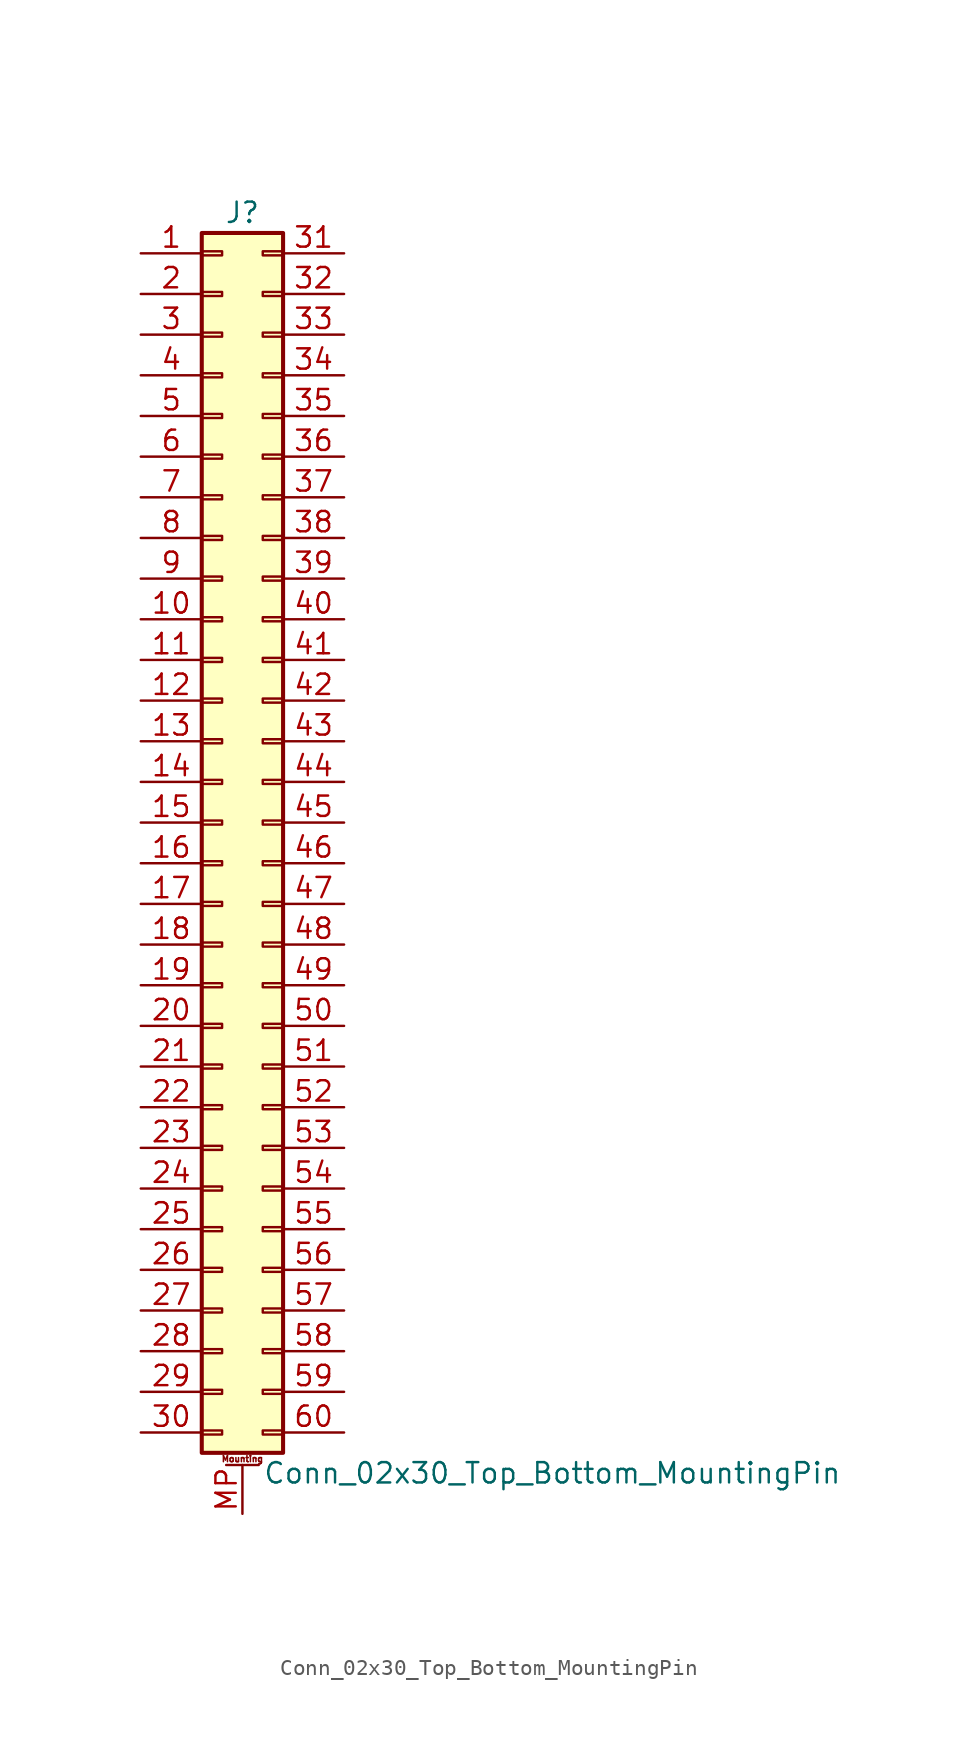
<source format=kicad_sym>
(kicad_symbol_lib
  (version 20201005)
  (generator kicad_symbol_editor)
  (symbol "Conn_02x30_Top_Bottom_MountingPin"
    (pin_names
      (offset 1.016) hide)
    (property "Reference" "J"
      (at 1.27 38.1 0)
      (effects (font (size 1.27 1.27))))
    (property "Value" "Conn_02x30_Top_Bottom_MountingPin"
      (at 2.54 -40.64 0)
      (effects (font (size 1.27 1.27)) (justify left)))
    (symbol "Conn_02x30_Top_Bottom_MountingPin_1_1"
      (text "Mounting" (at 1.27 -39.751 0) (effects (font (size 0.381 0.381))))
      (rectangle (start -1.27 -37.973) (end 0 -38.227) (stroke (width 0.152)) (fill (type none)))
      (rectangle (start -1.27 -35.433) (end 0 -35.687) (stroke (width 0.152)) (fill (type none)))
      (rectangle (start -1.27 -32.893) (end 0 -33.147) (stroke (width 0.152)) (fill (type none)))
      (rectangle (start -1.27 -30.353) (end 0 -30.607) (stroke (width 0.152)) (fill (type none)))
      (rectangle (start -1.27 -27.813) (end 0 -28.067) (stroke (width 0.152)) (fill (type none)))
      (rectangle (start -1.27 -25.273) (end 0 -25.527) (stroke (width 0.152)) (fill (type none)))
      (rectangle (start -1.27 -22.733) (end 0 -22.987) (stroke (width 0.152)) (fill (type none)))
      (rectangle (start -1.27 -20.193) (end 0 -20.447) (stroke (width 0.152)) (fill (type none)))
      (rectangle (start -1.27 -17.653) (end 0 -17.907) (stroke (width 0.152)) (fill (type none)))
      (rectangle (start -1.27 -15.113) (end 0 -15.367) (stroke (width 0.152)) (fill (type none)))
      (rectangle (start -1.27 -12.573) (end 0 -12.827) (stroke (width 0.152)) (fill (type none)))
      (rectangle (start -1.27 -10.033) (end 0 -10.287) (stroke (width 0.152)) (fill (type none)))
      (rectangle (start -1.27 -7.493) (end 0 -7.747) (stroke (width 0.152)) (fill (type none)))
      (rectangle (start -1.27 -4.953) (end 0 -5.207) (stroke (width 0.152)) (fill (type none)))
      (rectangle (start -1.27 -2.413) (end 0 -2.667) (stroke (width 0.152)) (fill (type none)))
      (rectangle (start -1.27 0.127) (end 0 -0.127) (stroke (width 0.152)) (fill (type none)))
      (rectangle (start -1.27 2.667) (end 0 2.413) (stroke (width 0.152)) (fill (type none)))
      (rectangle (start -1.27 5.207) (end 0 4.953) (stroke (width 0.152)) (fill (type none)))
      (rectangle (start -1.27 7.747) (end 0 7.493) (stroke (width 0.152)) (fill (type none)))
      (rectangle (start -1.27 10.287) (end 0 10.033) (stroke (width 0.152)) (fill (type none)))
      (rectangle (start -1.27 12.827) (end 0 12.573) (stroke (width 0.152)) (fill (type none)))
      (rectangle (start -1.27 15.367) (end 0 15.113) (stroke (width 0.152)) (fill (type none)))
      (rectangle (start -1.27 17.907) (end 0 17.653) (stroke (width 0.152)) (fill (type none)))
      (rectangle (start -1.27 20.447) (end 0 20.193) (stroke (width 0.152)) (fill (type none)))
      (rectangle (start -1.27 22.987) (end 0 22.733) (stroke (width 0.152)) (fill (type none)))
      (rectangle (start -1.27 25.527) (end 0 25.273) (stroke (width 0.152)) (fill (type none)))
      (rectangle (start -1.27 28.067) (end 0 27.813) (stroke (width 0.152)) (fill (type none)))
      (rectangle (start -1.27 30.607) (end 0 30.353) (stroke (width 0.152)) (fill (type none)))
      (rectangle (start -1.27 33.147) (end 0 32.893) (stroke (width 0.152)) (fill (type none)))
      (rectangle (start -1.27 35.687) (end 0 35.433) (stroke (width 0.152)) (fill (type none)))
      (rectangle (start 3.81 -37.973) (end 2.54 -38.227) (stroke (width 0.152)) (fill (type none)))
      (rectangle (start 3.81 -35.433) (end 2.54 -35.687) (stroke (width 0.152)) (fill (type none)))
      (rectangle (start 3.81 -32.893) (end 2.54 -33.147) (stroke (width 0.152)) (fill (type none)))
      (rectangle (start 3.81 -30.353) (end 2.54 -30.607) (stroke (width 0.152)) (fill (type none)))
      (rectangle (start 3.81 -27.813) (end 2.54 -28.067) (stroke (width 0.152)) (fill (type none)))
      (rectangle (start 3.81 -25.273) (end 2.54 -25.527) (stroke (width 0.152)) (fill (type none)))
      (rectangle (start 3.81 -22.733) (end 2.54 -22.987) (stroke (width 0.152)) (fill (type none)))
      (rectangle (start 3.81 -20.193) (end 2.54 -20.447) (stroke (width 0.152)) (fill (type none)))
      (rectangle (start 3.81 -17.653) (end 2.54 -17.907) (stroke (width 0.152)) (fill (type none)))
      (rectangle (start 3.81 -15.113) (end 2.54 -15.367) (stroke (width 0.152)) (fill (type none)))
      (rectangle (start 3.81 -12.573) (end 2.54 -12.827) (stroke (width 0.152)) (fill (type none)))
      (rectangle (start 3.81 -10.033) (end 2.54 -10.287) (stroke (width 0.152)) (fill (type none)))
      (rectangle (start 3.81 -7.493) (end 2.54 -7.747) (stroke (width 0.152)) (fill (type none)))
      (rectangle (start 3.81 -4.953) (end 2.54 -5.207) (stroke (width 0.152)) (fill (type none)))
      (rectangle (start 3.81 -2.413) (end 2.54 -2.667) (stroke (width 0.152)) (fill (type none)))
      (rectangle (start 3.81 0.127) (end 2.54 -0.127) (stroke (width 0.152)) (fill (type none)))
      (rectangle (start 3.81 2.667) (end 2.54 2.413) (stroke (width 0.152)) (fill (type none)))
      (rectangle (start 3.81 5.207) (end 2.54 4.953) (stroke (width 0.152)) (fill (type none)))
      (rectangle (start 3.81 7.747) (end 2.54 7.493) (stroke (width 0.152)) (fill (type none)))
      (rectangle (start 3.81 10.287) (end 2.54 10.033) (stroke (width 0.152)) (fill (type none)))
      (rectangle (start 3.81 12.827) (end 2.54 12.573) (stroke (width 0.152)) (fill (type none)))
      (rectangle (start 3.81 15.367) (end 2.54 15.113) (stroke (width 0.152)) (fill (type none)))
      (rectangle (start 3.81 17.907) (end 2.54 17.653) (stroke (width 0.152)) (fill (type none)))
      (rectangle (start 3.81 20.447) (end 2.54 20.193) (stroke (width 0.152)) (fill (type none)))
      (rectangle (start 3.81 22.987) (end 2.54 22.733) (stroke (width 0.152)) (fill (type none)))
      (rectangle (start 3.81 25.527) (end 2.54 25.273) (stroke (width 0.152)) (fill (type none)))
      (rectangle (start 3.81 28.067) (end 2.54 27.813) (stroke (width 0.152)) (fill (type none)))
      (rectangle (start 3.81 30.607) (end 2.54 30.353) (stroke (width 0.152)) (fill (type none)))
      (rectangle (start 3.81 33.147) (end 2.54 32.893) (stroke (width 0.152)) (fill (type none)))
      (rectangle (start 3.81 35.687) (end 2.54 35.433) (stroke (width 0.152)) (fill (type none)))
      (rectangle (start -1.27 36.83) (end 3.81 -39.37) (stroke (width 0.254)) (fill (type background)))
      (polyline (pts (xy 0.254 -40.132) (xy 2.286 -40.132)) (stroke (width 0.152)) (fill (type none)))
      (pin passive line (at -5.08 35.56 0) (length 3.81) (name "Pin_1" (effects (font (size 1.27 1.27)))) (number "1" (effects (font (size 1.27 1.27)))))
      (pin passive line (at -5.08 12.7 0) (length 3.81) (name "Pin_10" (effects (font (size 1.27 1.27)))) (number "10" (effects (font (size 1.27 1.27)))))
      (pin passive line (at -5.08 10.16 0) (length 3.81) (name "Pin_11" (effects (font (size 1.27 1.27)))) (number "11" (effects (font (size 1.27 1.27)))))
      (pin passive line (at -5.08 7.62 0) (length 3.81) (name "Pin_12" (effects (font (size 1.27 1.27)))) (number "12" (effects (font (size 1.27 1.27)))))
      (pin passive line (at -5.08 5.08 0) (length 3.81) (name "Pin_13" (effects (font (size 1.27 1.27)))) (number "13" (effects (font (size 1.27 1.27)))))
      (pin passive line (at -5.08 2.54 0) (length 3.81) (name "Pin_14" (effects (font (size 1.27 1.27)))) (number "14" (effects (font (size 1.27 1.27)))))
      (pin passive line (at -5.08 0 0) (length 3.81) (name "Pin_15" (effects (font (size 1.27 1.27)))) (number "15" (effects (font (size 1.27 1.27)))))
      (pin passive line (at -5.08 -2.54 0) (length 3.81) (name "Pin_16" (effects (font (size 1.27 1.27)))) (number "16" (effects (font (size 1.27 1.27)))))
      (pin passive line (at -5.08 -5.08 0) (length 3.81) (name "Pin_17" (effects (font (size 1.27 1.27)))) (number "17" (effects (font (size 1.27 1.27)))))
      (pin passive line (at -5.08 -7.62 0) (length 3.81) (name "Pin_18" (effects (font (size 1.27 1.27)))) (number "18" (effects (font (size 1.27 1.27)))))
      (pin passive line (at -5.08 -10.16 0) (length 3.81) (name "Pin_19" (effects (font (size 1.27 1.27)))) (number "19" (effects (font (size 1.27 1.27)))))
      (pin passive line (at -5.08 33.02 0) (length 3.81) (name "Pin_2" (effects (font (size 1.27 1.27)))) (number "2" (effects (font (size 1.27 1.27)))))
      (pin passive line (at -5.08 -12.7 0) (length 3.81) (name "Pin_20" (effects (font (size 1.27 1.27)))) (number "20" (effects (font (size 1.27 1.27)))))
      (pin passive line (at -5.08 -15.24 0) (length 3.81) (name "Pin_21" (effects (font (size 1.27 1.27)))) (number "21" (effects (font (size 1.27 1.27)))))
      (pin passive line (at -5.08 -17.78 0) (length 3.81) (name "Pin_22" (effects (font (size 1.27 1.27)))) (number "22" (effects (font (size 1.27 1.27)))))
      (pin passive line (at -5.08 -20.32 0) (length 3.81) (name "Pin_23" (effects (font (size 1.27 1.27)))) (number "23" (effects (font (size 1.27 1.27)))))
      (pin passive line (at -5.08 -22.86 0) (length 3.81) (name "Pin_24" (effects (font (size 1.27 1.27)))) (number "24" (effects (font (size 1.27 1.27)))))
      (pin passive line (at -5.08 -25.4 0) (length 3.81) (name "Pin_25" (effects (font (size 1.27 1.27)))) (number "25" (effects (font (size 1.27 1.27)))))
      (pin passive line (at -5.08 -27.94 0) (length 3.81) (name "Pin_26" (effects (font (size 1.27 1.27)))) (number "26" (effects (font (size 1.27 1.27)))))
      (pin passive line (at -5.08 -30.48 0) (length 3.81) (name "Pin_27" (effects (font (size 1.27 1.27)))) (number "27" (effects (font (size 1.27 1.27)))))
      (pin passive line (at -5.08 -33.02 0) (length 3.81) (name "Pin_28" (effects (font (size 1.27 1.27)))) (number "28" (effects (font (size 1.27 1.27)))))
      (pin passive line (at -5.08 -35.56 0) (length 3.81) (name "Pin_29" (effects (font (size 1.27 1.27)))) (number "29" (effects (font (size 1.27 1.27)))))
      (pin passive line (at -5.08 30.48 0) (length 3.81) (name "Pin_3" (effects (font (size 1.27 1.27)))) (number "3" (effects (font (size 1.27 1.27)))))
      (pin passive line (at -5.08 -38.1 0) (length 3.81) (name "Pin_30" (effects (font (size 1.27 1.27)))) (number "30" (effects (font (size 1.27 1.27)))))
      (pin passive line (at 7.62 35.56 180) (length 3.81) (name "Pin_31" (effects (font (size 1.27 1.27)))) (number "31" (effects (font (size 1.27 1.27)))))
      (pin passive line (at 7.62 33.02 180) (length 3.81) (name "Pin_32" (effects (font (size 1.27 1.27)))) (number "32" (effects (font (size 1.27 1.27)))))
      (pin passive line (at 7.62 30.48 180) (length 3.81) (name "Pin_33" (effects (font (size 1.27 1.27)))) (number "33" (effects (font (size 1.27 1.27)))))
      (pin passive line (at 7.62 27.94 180) (length 3.81) (name "Pin_34" (effects (font (size 1.27 1.27)))) (number "34" (effects (font (size 1.27 1.27)))))
      (pin passive line (at 7.62 25.4 180) (length 3.81) (name "Pin_35" (effects (font (size 1.27 1.27)))) (number "35" (effects (font (size 1.27 1.27)))))
      (pin passive line (at 7.62 22.86 180) (length 3.81) (name "Pin_36" (effects (font (size 1.27 1.27)))) (number "36" (effects (font (size 1.27 1.27)))))
      (pin passive line (at 7.62 20.32 180) (length 3.81) (name "Pin_37" (effects (font (size 1.27 1.27)))) (number "37" (effects (font (size 1.27 1.27)))))
      (pin passive line (at 7.62 17.78 180) (length 3.81) (name "Pin_38" (effects (font (size 1.27 1.27)))) (number "38" (effects (font (size 1.27 1.27)))))
      (pin passive line (at 7.62 15.24 180) (length 3.81) (name "Pin_39" (effects (font (size 1.27 1.27)))) (number "39" (effects (font (size 1.27 1.27)))))
      (pin passive line (at -5.08 27.94 0) (length 3.81) (name "Pin_4" (effects (font (size 1.27 1.27)))) (number "4" (effects (font (size 1.27 1.27)))))
      (pin passive line (at 7.62 12.7 180) (length 3.81) (name "Pin_40" (effects (font (size 1.27 1.27)))) (number "40" (effects (font (size 1.27 1.27)))))
      (pin passive line (at 7.62 10.16 180) (length 3.81) (name "Pin_41" (effects (font (size 1.27 1.27)))) (number "41" (effects (font (size 1.27 1.27)))))
      (pin passive line (at 7.62 7.62 180) (length 3.81) (name "Pin_42" (effects (font (size 1.27 1.27)))) (number "42" (effects (font (size 1.27 1.27)))))
      (pin passive line (at 7.62 5.08 180) (length 3.81) (name "Pin_43" (effects (font (size 1.27 1.27)))) (number "43" (effects (font (size 1.27 1.27)))))
      (pin passive line (at 7.62 2.54 180) (length 3.81) (name "Pin_44" (effects (font (size 1.27 1.27)))) (number "44" (effects (font (size 1.27 1.27)))))
      (pin passive line (at 7.62 0 180) (length 3.81) (name "Pin_45" (effects (font (size 1.27 1.27)))) (number "45" (effects (font (size 1.27 1.27)))))
      (pin passive line (at 7.62 -2.54 180) (length 3.81) (name "Pin_46" (effects (font (size 1.27 1.27)))) (number "46" (effects (font (size 1.27 1.27)))))
      (pin passive line (at 7.62 -5.08 180) (length 3.81) (name "Pin_47" (effects (font (size 1.27 1.27)))) (number "47" (effects (font (size 1.27 1.27)))))
      (pin passive line (at 7.62 -7.62 180) (length 3.81) (name "Pin_48" (effects (font (size 1.27 1.27)))) (number "48" (effects (font (size 1.27 1.27)))))
      (pin passive line (at 7.62 -10.16 180) (length 3.81) (name "Pin_49" (effects (font (size 1.27 1.27)))) (number "49" (effects (font (size 1.27 1.27)))))
      (pin passive line (at -5.08 25.4 0) (length 3.81) (name "Pin_5" (effects (font (size 1.27 1.27)))) (number "5" (effects (font (size 1.27 1.27)))))
      (pin passive line (at 7.62 -12.7 180) (length 3.81) (name "Pin_50" (effects (font (size 1.27 1.27)))) (number "50" (effects (font (size 1.27 1.27)))))
      (pin passive line (at 7.62 -15.24 180) (length 3.81) (name "Pin_51" (effects (font (size 1.27 1.27)))) (number "51" (effects (font (size 1.27 1.27)))))
      (pin passive line (at 7.62 -17.78 180) (length 3.81) (name "Pin_52" (effects (font (size 1.27 1.27)))) (number "52" (effects (font (size 1.27 1.27)))))
      (pin passive line (at 7.62 -20.32 180) (length 3.81) (name "Pin_53" (effects (font (size 1.27 1.27)))) (number "53" (effects (font (size 1.27 1.27)))))
      (pin passive line (at 7.62 -22.86 180) (length 3.81) (name "Pin_54" (effects (font (size 1.27 1.27)))) (number "54" (effects (font (size 1.27 1.27)))))
      (pin passive line (at 7.62 -25.4 180) (length 3.81) (name "Pin_55" (effects (font (size 1.27 1.27)))) (number "55" (effects (font (size 1.27 1.27)))))
      (pin passive line (at 7.62 -27.94 180) (length 3.81) (name "Pin_56" (effects (font (size 1.27 1.27)))) (number "56" (effects (font (size 1.27 1.27)))))
      (pin passive line (at 7.62 -30.48 180) (length 3.81) (name "Pin_57" (effects (font (size 1.27 1.27)))) (number "57" (effects (font (size 1.27 1.27)))))
      (pin passive line (at 7.62 -33.02 180) (length 3.81) (name "Pin_58" (effects (font (size 1.27 1.27)))) (number "58" (effects (font (size 1.27 1.27)))))
      (pin passive line (at 7.62 -35.56 180) (length 3.81) (name "Pin_59" (effects (font (size 1.27 1.27)))) (number "59" (effects (font (size 1.27 1.27)))))
      (pin passive line (at -5.08 22.86 0) (length 3.81) (name "Pin_6" (effects (font (size 1.27 1.27)))) (number "6" (effects (font (size 1.27 1.27)))))
      (pin passive line (at 7.62 -38.1 180) (length 3.81) (name "Pin_60" (effects (font (size 1.27 1.27)))) (number "60" (effects (font (size 1.27 1.27)))))
      (pin passive line (at -5.08 20.32 0) (length 3.81) (name "Pin_7" (effects (font (size 1.27 1.27)))) (number "7" (effects (font (size 1.27 1.27)))))
      (pin passive line (at -5.08 17.78 0) (length 3.81) (name "Pin_8" (effects (font (size 1.27 1.27)))) (number "8" (effects (font (size 1.27 1.27)))))
      (pin passive line (at -5.08 15.24 0) (length 3.81) (name "Pin_9" (effects (font (size 1.27 1.27)))) (number "9" (effects (font (size 1.27 1.27)))))
      (pin passive line (at 1.27 -43.18 90) (length 3.048) (name "MountPin" (effects (font (size 1.27 1.27)))) (number "MP" (effects (font (size 1.27 1.27))))))))
</source>
